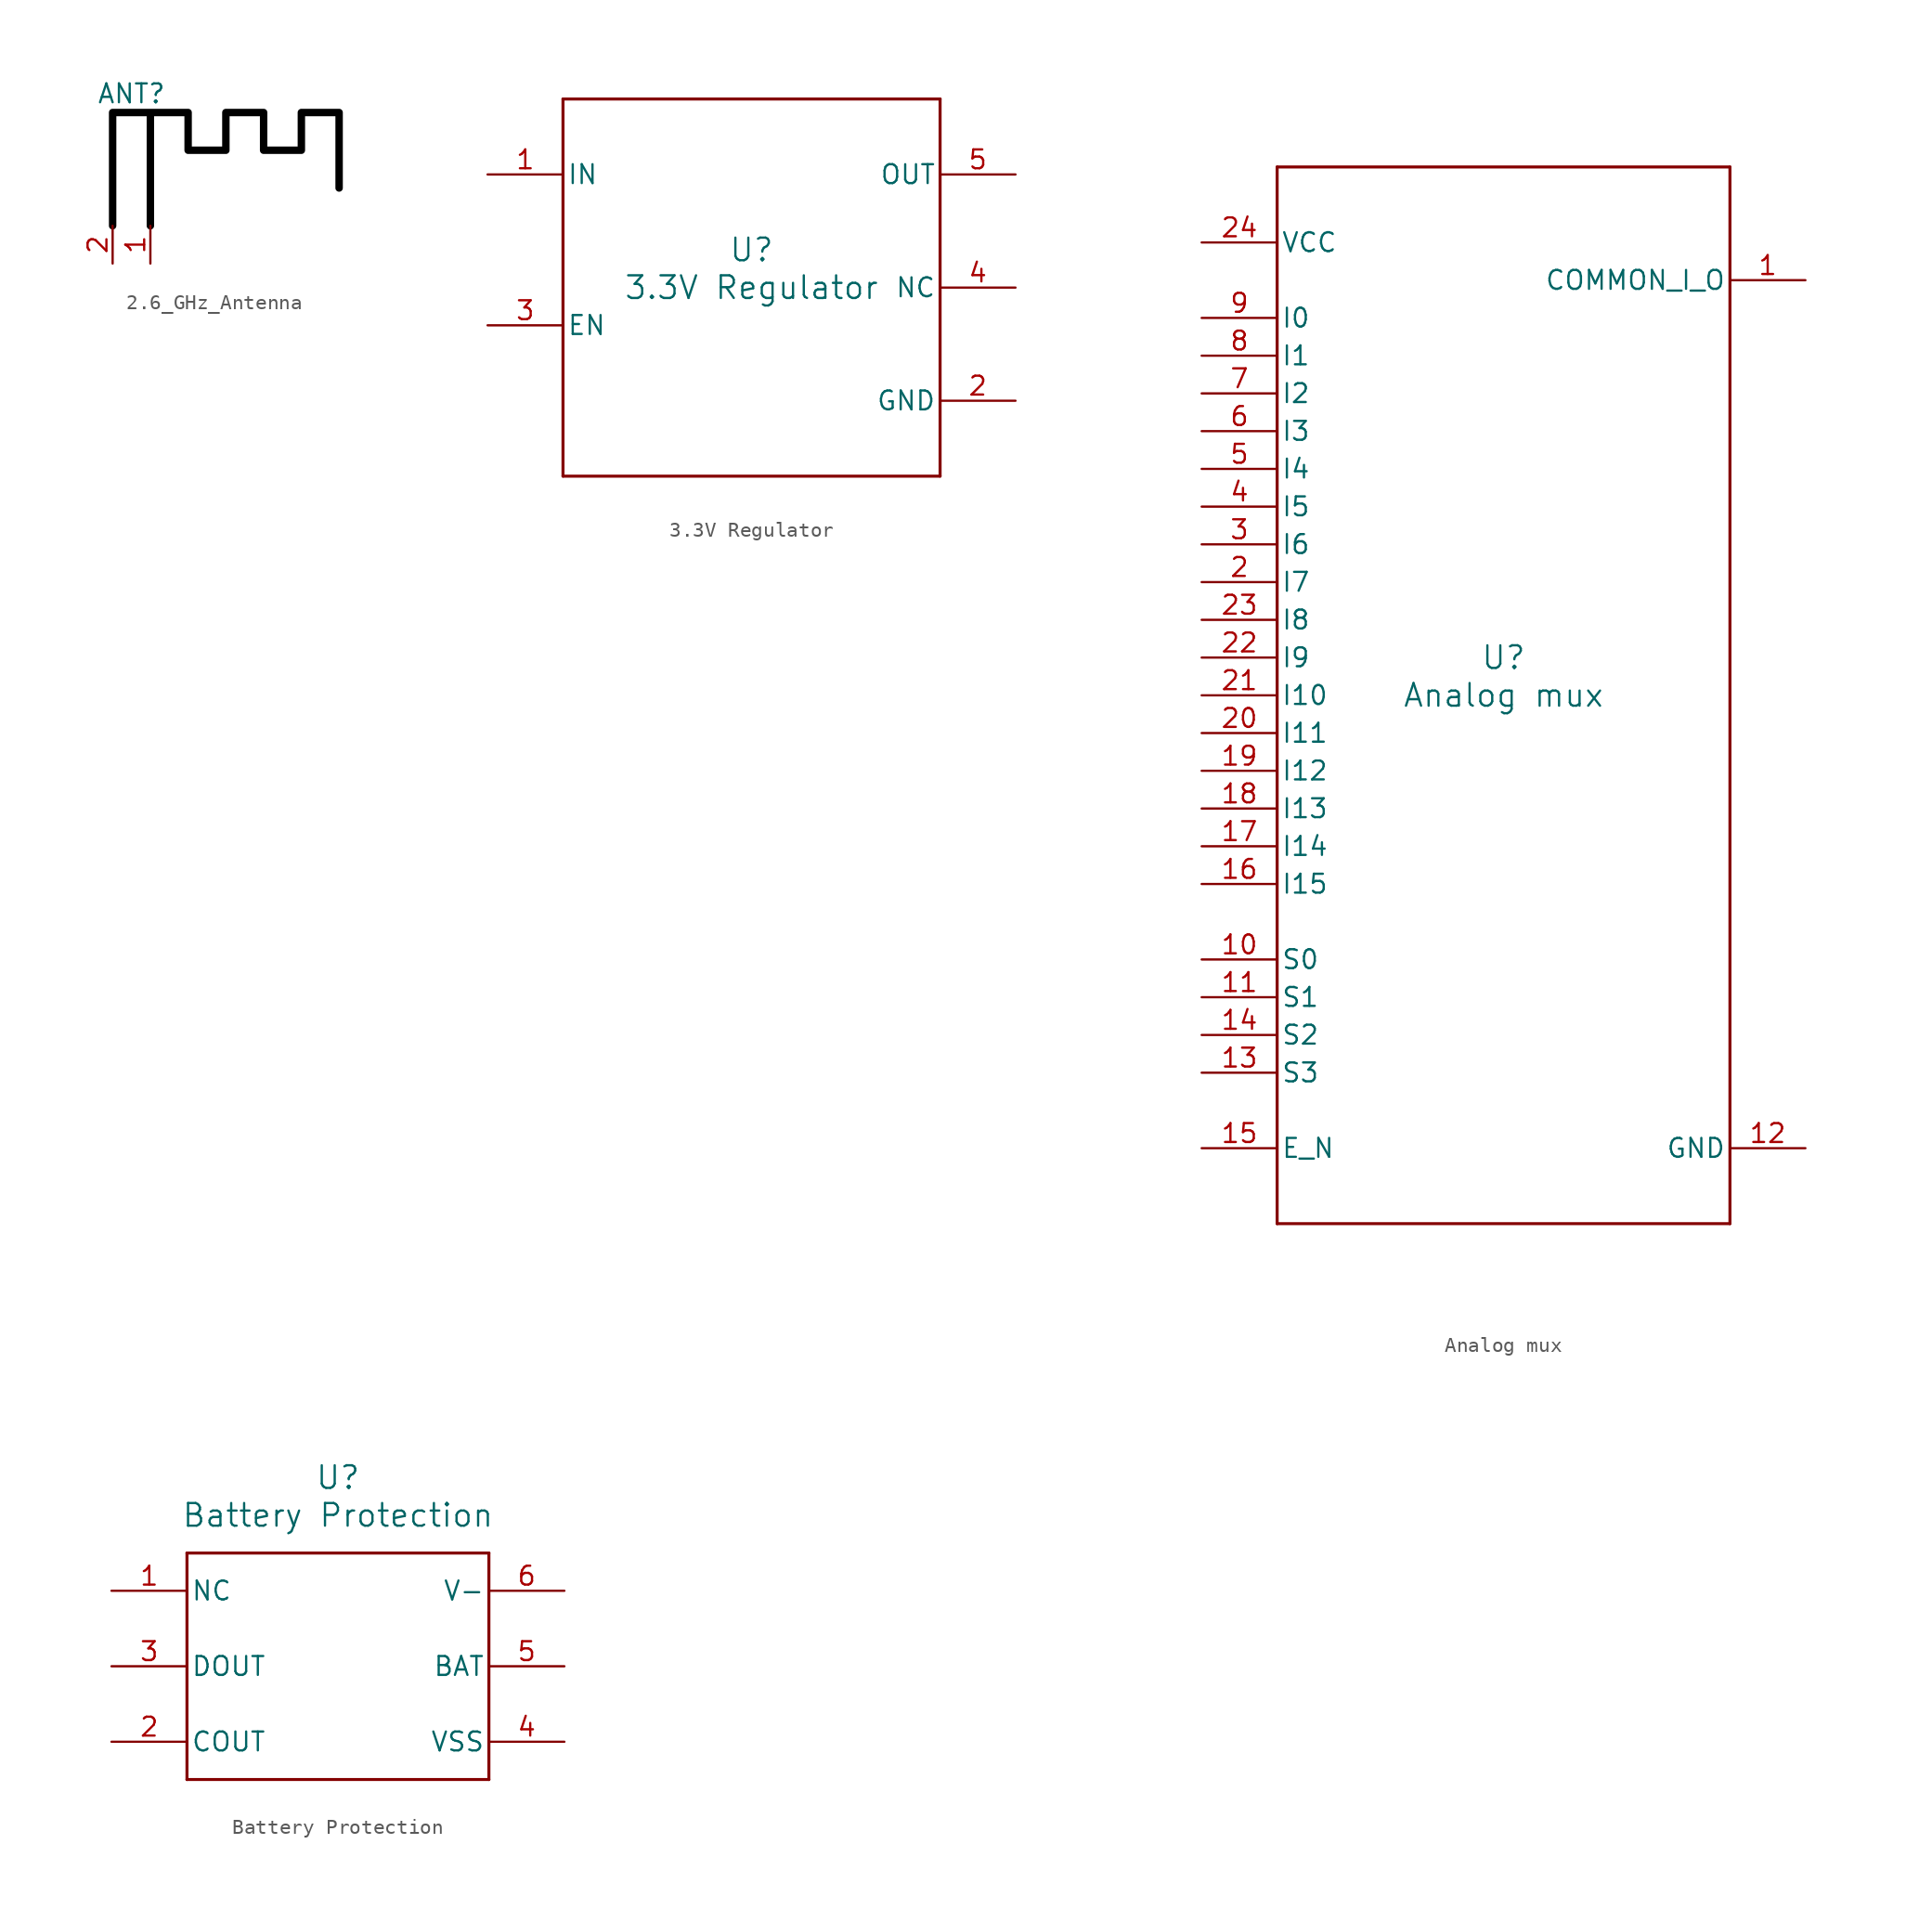
<source format=kicad_sym>
(kicad_symbol_lib
  (version 20220914)
  (generator kicad_symbol_editor)
  (symbol "2.6_GHz_Antenna"
    (property "Reference" "ANT"
      (at 0 5.08 0)
      (effects (font (size 1.27 1.27))))
    (property "Value" ""
      (at 0 -3.81 0)
      (effects (font (size 1.27 1.27))))
    (symbol "2.6_GHz_Antenna_1_1"
      (polyline (pts (xy -1.27 -3.81) (xy -1.27 3.81) (xy 1.27 3.81) (xy 1.27 -3.81) (xy 1.27 3.81) (xy 3.81 3.81) (xy 3.81 1.27) (xy 6.35 1.27) (xy 6.35 3.81) (xy 8.89 3.81) (xy 8.89 1.27) (xy 11.43 1.27) (xy 11.43 3.81) (xy 13.97 3.81) (xy 13.97 -1.27)) (stroke (width 0.5) (type default) (color 0 0 0 1)) (fill (type none)))
      (pin input line (at 1.27 -6.35 90) (length 2.54) (name "" (effects (font (size 1.27 1.27)))) (number "1" (effects (font (size 1.27 1.27)))))
      (pin input line (at -1.27 -6.35 90) (length 2.54) (name "" (effects (font (size 1.27 1.27)))) (number "2" (effects (font (size 1.27 1.27)))))))
  (symbol "3.3V Regulator"
    (pin_names
      (offset 0.254))
    (property "Reference" "U"
      (at 0 2.54 0)
      (effects (font (size 1.524 1.524))))
    (property "Value" "3.3V Regulator"
      (at 0 0 0)
      (effects (font (size 1.524 1.524))))
    (property "ki_locked" ""
      (at 0 0 0)
      (effects (font (size 1.27 1.27))))
    (symbol "3.3V Regulator_0_1"
      (polyline (pts (xy -12.7 -12.7) (xy 12.7 -12.7)) (stroke (width 0.203) (type default)) (fill (type none)))
      (polyline (pts (xy -12.7 12.7) (xy -12.7 -12.7)) (stroke (width 0.203) (type default)) (fill (type none)))
      (polyline (pts (xy 12.7 -12.7) (xy 12.7 12.7)) (stroke (width 0.203) (type default)) (fill (type none)))
      (polyline (pts (xy 12.7 12.7) (xy -12.7 12.7)) (stroke (width 0.203) (type default)) (fill (type none)))
      (pin power_in line (at -17.78 7.62 0) (length 5.08) (name "IN" (effects (font (size 1.27 1.27)))) (number "1" (effects (font (size 1.27 1.27)))))
      (pin power_in line (at 17.78 -7.62 180) (length 5.08) (name "GND" (effects (font (size 1.27 1.27)))) (number "2" (effects (font (size 1.27 1.27)))))
      (pin input line (at -17.78 -2.54 0) (length 5.08) (name "EN" (effects (font (size 1.27 1.27)))) (number "3" (effects (font (size 1.27 1.27)))))
      (pin unspecified line (at 17.78 0 180) (length 5.08) (name "NC" (effects (font (size 1.27 1.27)))) (number "4" (effects (font (size 1.27 1.27)))))
      (pin power_in line (at 17.78 7.62 180) (length 5.08) (name "OUT" (effects (font (size 1.27 1.27)))) (number "5" (effects (font (size 1.27 1.27)))))))
  (symbol "Analog mux"
    (pin_names
      (offset 0.254))
    (property "Reference" "U"
      (at 0 2.54 0)
      (effects (font (size 1.524 1.524))))
    (property "Value" "Analog mux"
      (at 0 0 0)
      (effects (font (size 1.524 1.524))))
    (property "ki_locked" ""
      (at 0 0 0)
      (effects (font (size 1.27 1.27))))
    (symbol "Analog mux_0_1"
      (polyline (pts (xy -15.24 -35.56) (xy 15.24 -35.56)) (stroke (width 0.203) (type default)) (fill (type none)))
      (polyline (pts (xy -15.24 35.56) (xy -15.24 -35.56)) (stroke (width 0.203) (type default)) (fill (type none)))
      (polyline (pts (xy 15.24 -35.56) (xy 15.24 35.56)) (stroke (width 0.203) (type default)) (fill (type none)))
      (polyline (pts (xy 15.24 35.56) (xy -15.24 35.56)) (stroke (width 0.203) (type default)) (fill (type none)))
      (pin bidirectional line (at 20.32 27.94 180) (length 5.08) (name "COMMON_I_O" (effects (font (size 1.27 1.27)))) (number "1" (effects (font (size 1.27 1.27)))))
      (pin input line (at -20.32 -17.78 0) (length 5.08) (name "S0" (effects (font (size 1.27 1.27)))) (number "10" (effects (font (size 1.27 1.27)))))
      (pin input line (at -20.32 -20.32 0) (length 5.08) (name "S1" (effects (font (size 1.27 1.27)))) (number "11" (effects (font (size 1.27 1.27)))))
      (pin power_in line (at 20.32 -30.48 180) (length 5.08) (name "GND" (effects (font (size 1.27 1.27)))) (number "12" (effects (font (size 1.27 1.27)))))
      (pin input line (at -20.32 -25.4 0) (length 5.08) (name "S3" (effects (font (size 1.27 1.27)))) (number "13" (effects (font (size 1.27 1.27)))))
      (pin input line (at -20.32 -22.86 0) (length 5.08) (name "S2" (effects (font (size 1.27 1.27)))) (number "14" (effects (font (size 1.27 1.27)))))
      (pin input line (at -20.32 -30.48 0) (length 5.08) (name "E_N" (effects (font (size 1.27 1.27)))) (number "15" (effects (font (size 1.27 1.27)))))
      (pin input line (at -20.32 -12.7 0) (length 5.08) (name "I15" (effects (font (size 1.27 1.27)))) (number "16" (effects (font (size 1.27 1.27)))))
      (pin input line (at -20.32 -10.16 0) (length 5.08) (name "I14" (effects (font (size 1.27 1.27)))) (number "17" (effects (font (size 1.27 1.27)))))
      (pin input line (at -20.32 -7.62 0) (length 5.08) (name "I13" (effects (font (size 1.27 1.27)))) (number "18" (effects (font (size 1.27 1.27)))))
      (pin input line (at -20.32 -5.08 0) (length 5.08) (name "I12" (effects (font (size 1.27 1.27)))) (number "19" (effects (font (size 1.27 1.27)))))
      (pin input line (at -20.32 7.62 0) (length 5.08) (name "I7" (effects (font (size 1.27 1.27)))) (number "2" (effects (font (size 1.27 1.27)))))
      (pin input line (at -20.32 -2.54 0) (length 5.08) (name "I11" (effects (font (size 1.27 1.27)))) (number "20" (effects (font (size 1.27 1.27)))))
      (pin input line (at -20.32 0 0) (length 5.08) (name "I10" (effects (font (size 1.27 1.27)))) (number "21" (effects (font (size 1.27 1.27)))))
      (pin input line (at -20.32 2.54 0) (length 5.08) (name "I9" (effects (font (size 1.27 1.27)))) (number "22" (effects (font (size 1.27 1.27)))))
      (pin input line (at -20.32 5.08 0) (length 5.08) (name "I8" (effects (font (size 1.27 1.27)))) (number "23" (effects (font (size 1.27 1.27)))))
      (pin power_in line (at -20.32 30.48 0) (length 5.08) (name "VCC" (effects (font (size 1.27 1.27)))) (number "24" (effects (font (size 1.27 1.27)))))
      (pin input line (at -20.32 10.16 0) (length 5.08) (name "I6" (effects (font (size 1.27 1.27)))) (number "3" (effects (font (size 1.27 1.27)))))
      (pin input line (at -20.32 12.7 0) (length 5.08) (name "I5" (effects (font (size 1.27 1.27)))) (number "4" (effects (font (size 1.27 1.27)))))
      (pin input line (at -20.32 15.24 0) (length 5.08) (name "I4" (effects (font (size 1.27 1.27)))) (number "5" (effects (font (size 1.27 1.27)))))
      (pin input line (at -20.32 17.78 0) (length 5.08) (name "I3" (effects (font (size 1.27 1.27)))) (number "6" (effects (font (size 1.27 1.27)))))
      (pin input line (at -20.32 20.32 0) (length 5.08) (name "I2" (effects (font (size 1.27 1.27)))) (number "7" (effects (font (size 1.27 1.27)))))
      (pin input line (at -20.32 22.86 0) (length 5.08) (name "I1" (effects (font (size 1.27 1.27)))) (number "8" (effects (font (size 1.27 1.27)))))
      (pin input line (at -20.32 25.4 0) (length 5.08) (name "I0" (effects (font (size 1.27 1.27)))) (number "9" (effects (font (size 1.27 1.27)))))))
  (symbol "Battery Protection"
    (pin_names
      (offset 0.254))
    (property "Reference" "U"
      (at 0 12.7 0)
      (effects (font (size 1.524 1.524))))
    (property "Value" "Battery Protection"
      (at 0 10.16 0)
      (effects (font (size 1.524 1.524))))
    (property "ki_locked" ""
      (at 0 0 0)
      (effects (font (size 1.27 1.27))))
    (symbol "Battery Protection_0_1"
      (polyline (pts (xy -10.16 -7.62) (xy 10.16 -7.62)) (stroke (width 0.203) (type default)) (fill (type none)))
      (polyline (pts (xy -10.16 7.62) (xy -10.16 -7.62)) (stroke (width 0.203) (type default)) (fill (type none)))
      (polyline (pts (xy 10.16 -7.62) (xy 10.16 7.62)) (stroke (width 0.203) (type default)) (fill (type none)))
      (polyline (pts (xy 10.16 7.62) (xy -10.16 7.62)) (stroke (width 0.203) (type default)) (fill (type none)))
      (pin unspecified line (at -15.24 5.08 0) (length 5.08) (name "NC" (effects (font (size 1.27 1.27)))) (number "1" (effects (font (size 1.27 1.27)))))
      (pin output line (at -15.24 -5.08 0) (length 5.08) (name "COUT" (effects (font (size 1.27 1.27)))) (number "2" (effects (font (size 1.27 1.27)))))
      (pin output line (at -15.24 0 0) (length 5.08) (name "DOUT" (effects (font (size 1.27 1.27)))) (number "3" (effects (font (size 1.27 1.27)))))
      (pin power_in line (at 15.24 -5.08 180) (length 5.08) (name "VSS" (effects (font (size 1.27 1.27)))) (number "4" (effects (font (size 1.27 1.27)))))
      (pin power_in line (at 15.24 0 180) (length 5.08) (name "BAT" (effects (font (size 1.27 1.27)))) (number "5" (effects (font (size 1.27 1.27)))))
      (pin bidirectional line (at 15.24 5.08 180) (length 5.08) (name "V-" (effects (font (size 1.27 1.27)))) (number "6" (effects (font (size 1.27 1.27))))))))
</source>
